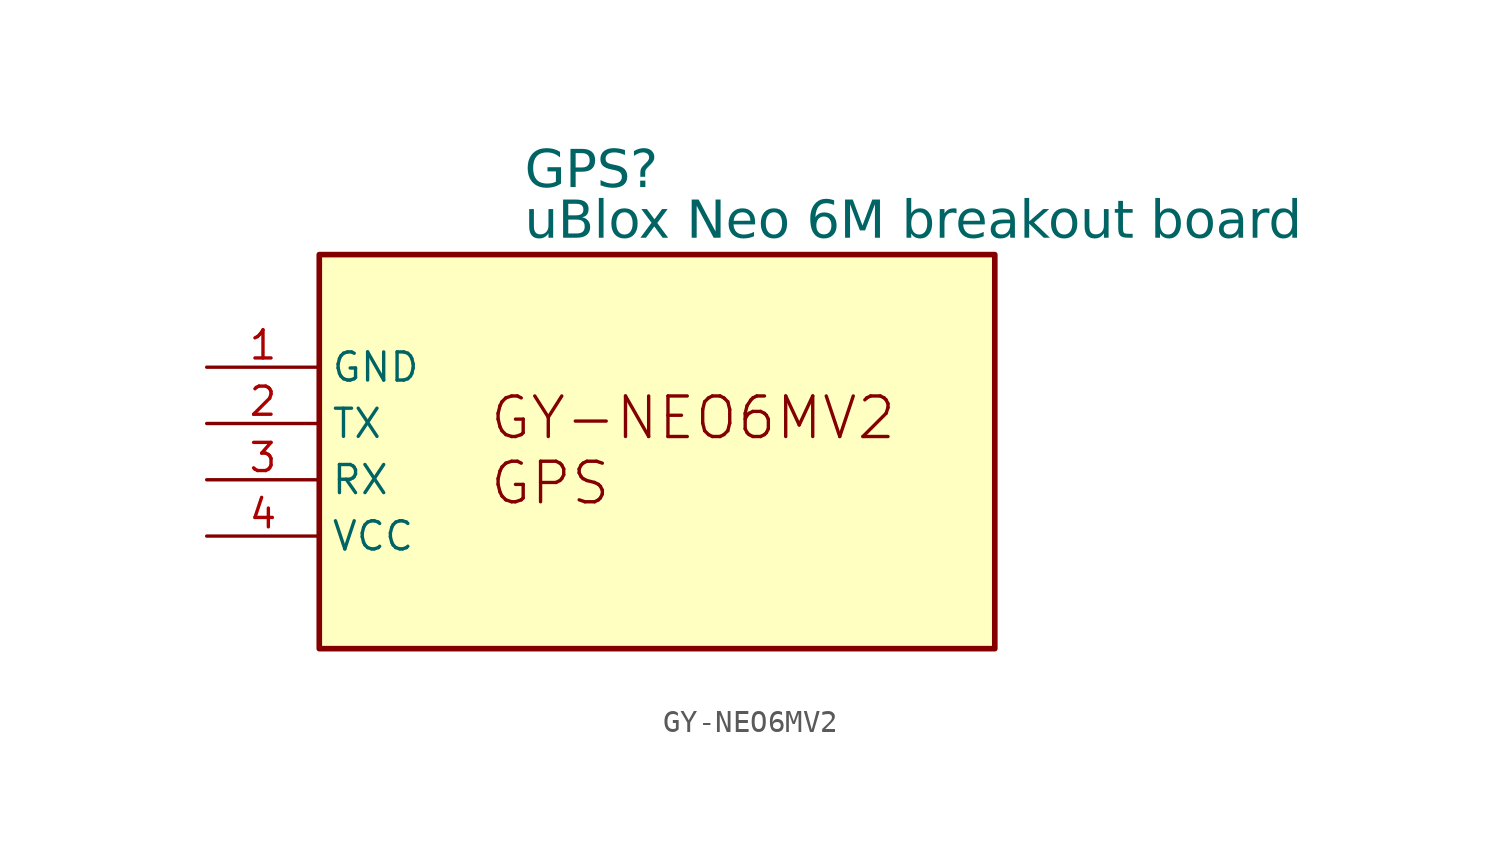
<source format=kicad_sym>
(kicad_symbol_lib
  (version 20241209)
  (generator "kicad_symbol_editor")
  (generator_version "9.0")
  (symbol "GY-NEO6MV2"
    (property "Reference" "GPS"
      (at 9.271 4.737 0)
      (effects (font (face "Arial") (size 1.689 1.689)) (justify left top)))
    (property "Value" "uBlox Neo 6M breakout board"
      (at 9.271 2.451 0)
      (effects (font (face "Arial") (size 1.689 1.689)) (justify left top)))
    (symbol "GY-NEO6MV2_0_0"
      (text "GY-NEO6MV2\nGPS" (at 7.62 -6.299 0) (effects (font (face "KiCad Font") (size 1.829 1.829)) (justify left top)))
      (pin power_in line (at -5.08 -5.08 0) (length 5.08) (name "GND" (effects (font (size 1.27 1.27)))) (number "1" (effects (font (size 1.27 1.27)))))
      (pin output line (at -5.08 -7.62 0) (length 5.08) (name "TX" (effects (font (size 1.27 1.27)))) (number "2" (effects (font (size 1.27 1.27)))))
      (pin input line (at -5.08 -10.16 0) (length 5.08) (name "RX" (effects (font (size 1.27 1.27)))) (number "3" (effects (font (size 1.27 1.27)))))
      (pin power_in line (at -5.08 -12.7 0) (length 5.08) (name "VCC" (effects (font (size 1.27 1.27)))) (number "4" (effects (font (size 1.27 1.27))))))
    (symbol "GY-NEO6MV2_1_0"
      (rectangle (start 0 0) (end 30.48 -17.78) (stroke (width 0.254) (type solid)) (fill (type background))))))
</source>
